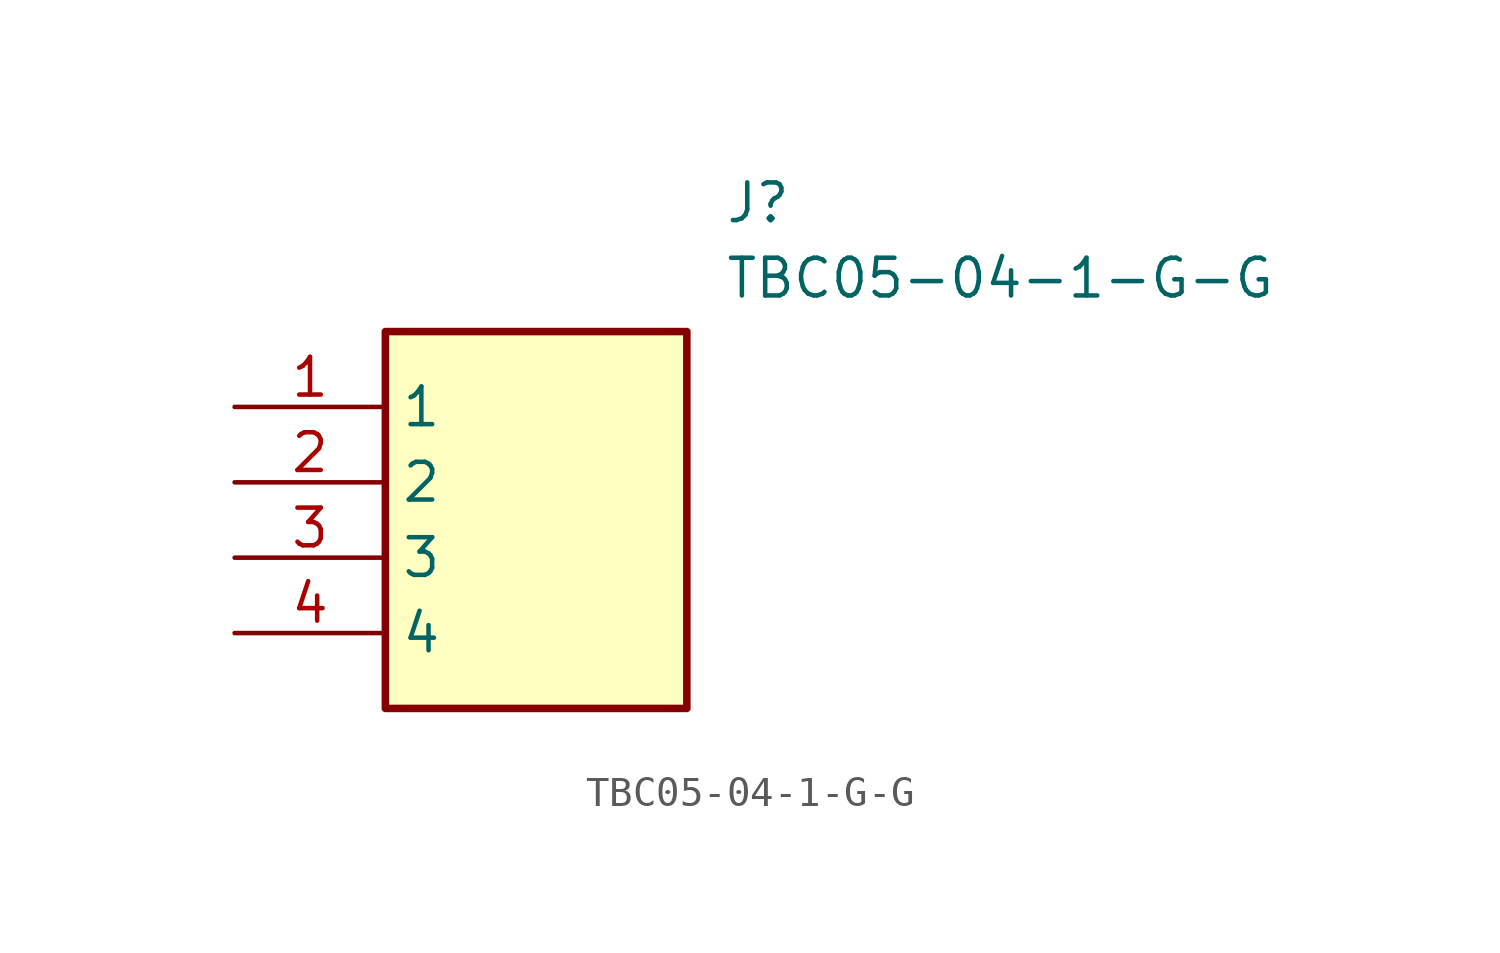
<source format=kicad_sym>
(kicad_symbol_lib
  (version 20211014)
  (generator SamacSys_ECAD_Model)
  (symbol "TBC05-04-1-G-G"
    (property "Reference" "J"
      (at 16.51 7.62 0)
      (effects (font (size 1.27 1.27)) (justify left top)))
    (property "Value" "TBC05-04-1-G-G"
      (at 16.51 5.08 0)
      (effects (font (size 1.27 1.27)) (justify left top)))
    (rectangle
      (start 5.08 2.54)
      (end 15.24 -10.16)
      (stroke (width 0.254) (type default))
      (fill (type background)))
    (pin passive line
      (at 0 0 0)
      (length 5.08)
      (name "1" (effects (font (size 1.27 1.27))))
      (number "1" (effects (font (size 1.27 1.27)))))
    (pin passive line
      (at 0 -2.54 0)
      (length 5.08)
      (name "2" (effects (font (size 1.27 1.27))))
      (number "2" (effects (font (size 1.27 1.27)))))
    (pin passive line
      (at 0 -5.08 0)
      (length 5.08)
      (name "3" (effects (font (size 1.27 1.27))))
      (number "3" (effects (font (size 1.27 1.27)))))
    (pin passive line
      (at 0 -7.62 0)
      (length 5.08)
      (name "4" (effects (font (size 1.27 1.27))))
      (number "4" (effects (font (size 1.27 1.27)))))))
</source>
